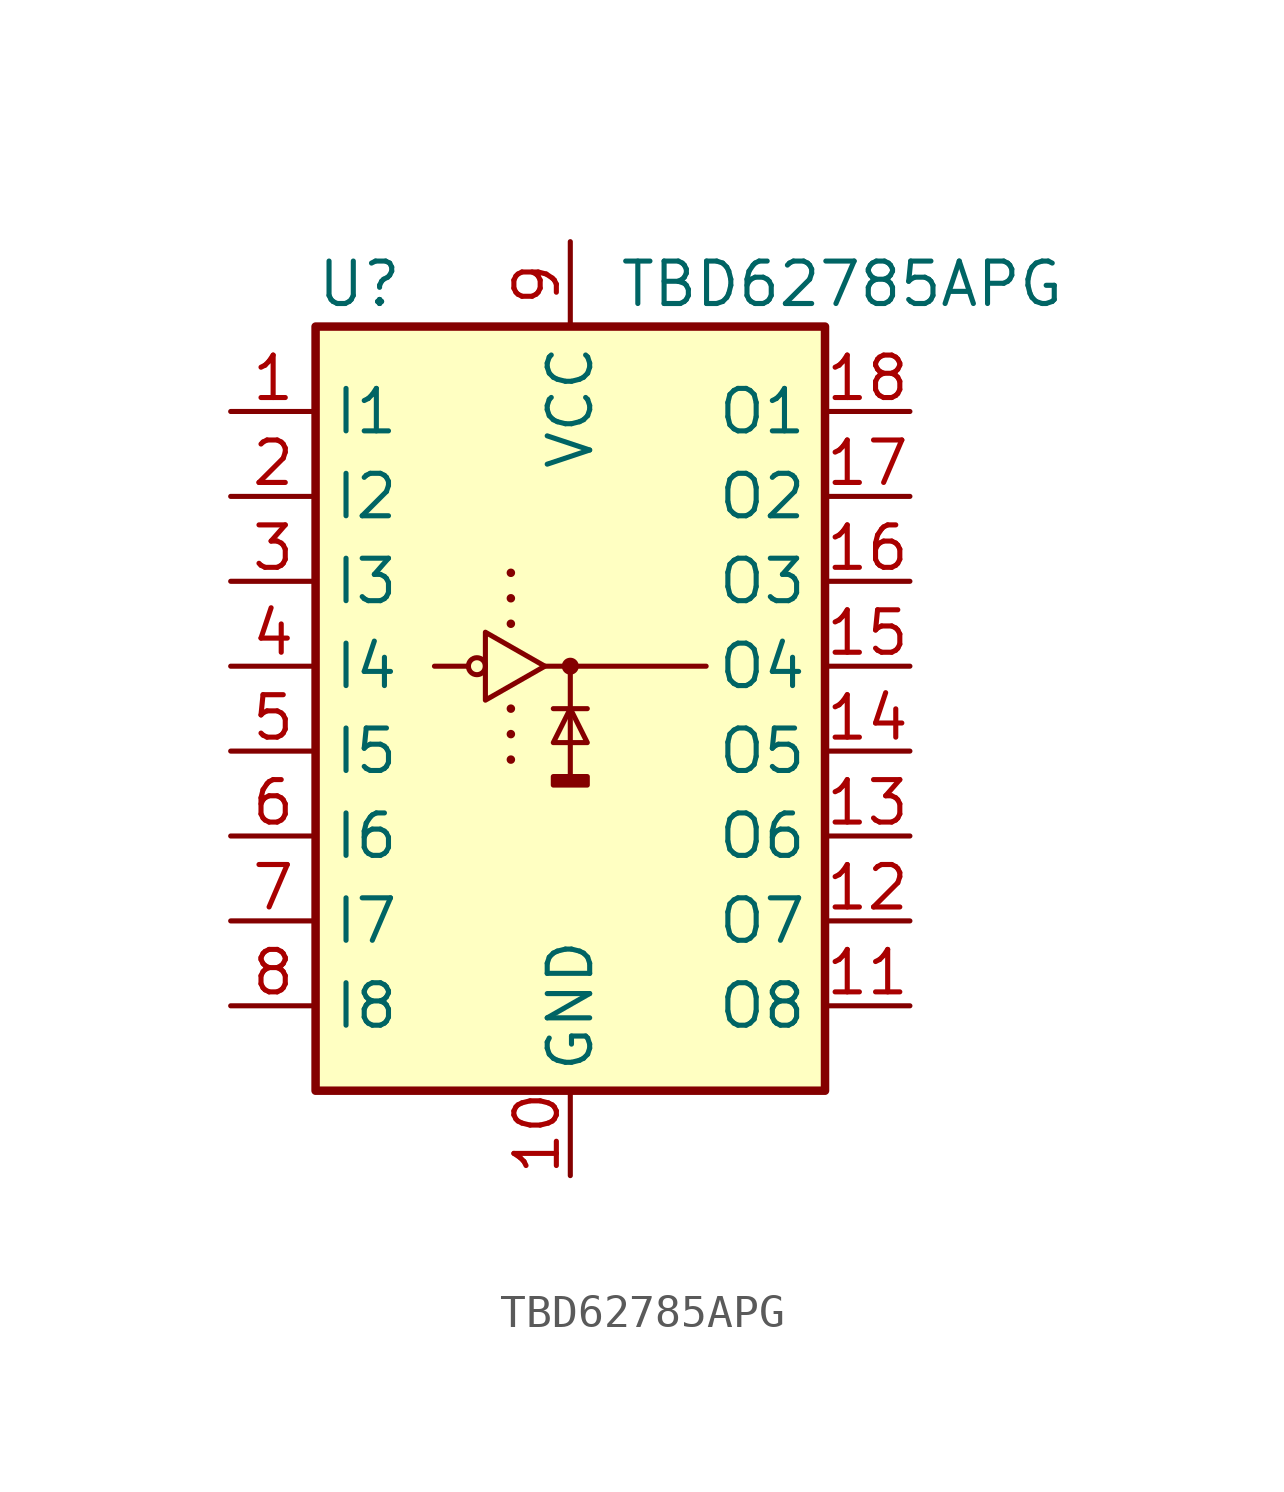
<source format=kicad_sym>
(kicad_symbol_lib
  (version 20241209)
  (generator "kicad_symbol_editor")
  (generator_version "9.0")
  (symbol "TBD62785APG"
    (property "Reference" "U"
      (at -7.62 11.43 0)
      (effects (font (size 1.27 1.27)) (justify left)))
    (property "Value" "TBD62785APG"
      (at 8.128 11.43 0)
      (effects (font (size 1.27 1.27))))
    (symbol "TBD62785APG_0_1"
      (rectangle (start -7.62 10.16) (end 7.62 -12.7) (stroke (width 0.254) (type default)) (fill (type background)))
      (polyline (pts (xy -4.064 0) (xy -3.048 0)) (stroke (width 0) (type default)) (fill (type none)))
      (circle (center -2.794 0) (radius 0.254) (stroke (width 0) (type default)) (fill (type none)))
      (polyline (pts (xy -2.54 0) (xy -2.54 0) (xy -2.54 1.016) (xy -0.762 0) (xy -2.54 -1.016) (xy -2.54 0)) (stroke (width 0) (type default)) (fill (type none)))
      (polyline (pts (xy -1.778 2.794) (xy -1.778 2.794)) (stroke (width 0.254) (type default)) (fill (type none)))
      (polyline (pts (xy -1.778 2.032) (xy -1.778 2.032)) (stroke (width 0.254) (type default)) (fill (type none)))
      (polyline (pts (xy -1.778 1.27) (xy -1.778 1.27)) (stroke (width 0.254) (type default)) (fill (type none)))
      (polyline (pts (xy -1.778 -1.27) (xy -1.778 -1.27)) (stroke (width 0.254) (type default)) (fill (type none)))
      (polyline (pts (xy -1.778 -2.032) (xy -1.778 -2.032)) (stroke (width 0.254) (type default)) (fill (type none)))
      (polyline (pts (xy -1.778 -2.794) (xy -1.778 -2.794)) (stroke (width 0.254) (type default)) (fill (type none)))
      (polyline (pts (xy -0.762 0) (xy 4.064 0)) (stroke (width 0) (type default)) (fill (type none)))
      (polyline (pts (xy -0.508 -1.27) (xy 0.508 -1.27)) (stroke (width 0) (type default)) (fill (type none)))
      (rectangle (start -0.508 -3.302) (end 0.508 -3.556) (stroke (width 0) (type default)) (fill (type outline)))
      (polyline (pts (xy 0 0) (xy 0 0)) (stroke (width 0.508) (type default)) (fill (type none)))
      (polyline (pts (xy 0 0) (xy 0 -3.302)) (stroke (width 0) (type default)) (fill (type none)))
      (polyline (pts (xy 0 -1.27) (xy -0.508 -2.286) (xy 0.508 -2.286) (xy 0 -1.27)) (stroke (width 0) (type default)) (fill (type none))))
    (symbol "TBD62785APG_1_1"
      (pin input line (at -10.16 7.62 0) (length 2.54) (name "I1" (effects (font (size 1.27 1.27)))) (number "1" (effects (font (size 1.27 1.27)))))
      (pin input line (at -10.16 5.08 0) (length 2.54) (name "I2" (effects (font (size 1.27 1.27)))) (number "2" (effects (font (size 1.27 1.27)))))
      (pin input line (at -10.16 2.54 0) (length 2.54) (name "I3" (effects (font (size 1.27 1.27)))) (number "3" (effects (font (size 1.27 1.27)))))
      (pin input line (at -10.16 0 0) (length 2.54) (name "I4" (effects (font (size 1.27 1.27)))) (number "4" (effects (font (size 1.27 1.27)))))
      (pin input line (at -10.16 -2.54 0) (length 2.54) (name "I5" (effects (font (size 1.27 1.27)))) (number "5" (effects (font (size 1.27 1.27)))))
      (pin input line (at -10.16 -5.08 0) (length 2.54) (name "I6" (effects (font (size 1.27 1.27)))) (number "6" (effects (font (size 1.27 1.27)))))
      (pin input line (at -10.16 -7.62 0) (length 2.54) (name "I7" (effects (font (size 1.27 1.27)))) (number "7" (effects (font (size 1.27 1.27)))))
      (pin input line (at -10.16 -10.16 0) (length 2.54) (name "I8" (effects (font (size 1.27 1.27)))) (number "8" (effects (font (size 1.27 1.27)))))
      (pin power_in line (at 0 12.7 270) (length 2.54) (name "VCC" (effects (font (size 1.27 1.27)))) (number "9" (effects (font (size 1.27 1.27)))))
      (pin power_in line (at 0 -15.24 90) (length 2.54) (name "GND" (effects (font (size 1.27 1.27)))) (number "10" (effects (font (size 1.27 1.27)))))
      (pin open_emitter line (at 10.16 7.62 180) (length 2.54) (name "O1" (effects (font (size 1.27 1.27)))) (number "18" (effects (font (size 1.27 1.27)))))
      (pin open_emitter line (at 10.16 5.08 180) (length 2.54) (name "O2" (effects (font (size 1.27 1.27)))) (number "17" (effects (font (size 1.27 1.27)))))
      (pin open_emitter line (at 10.16 2.54 180) (length 2.54) (name "O3" (effects (font (size 1.27 1.27)))) (number "16" (effects (font (size 1.27 1.27)))))
      (pin open_emitter line (at 10.16 0 180) (length 2.54) (name "O4" (effects (font (size 1.27 1.27)))) (number "15" (effects (font (size 1.27 1.27)))))
      (pin open_emitter line (at 10.16 -2.54 180) (length 2.54) (name "O5" (effects (font (size 1.27 1.27)))) (number "14" (effects (font (size 1.27 1.27)))))
      (pin open_emitter line (at 10.16 -5.08 180) (length 2.54) (name "O6" (effects (font (size 1.27 1.27)))) (number "13" (effects (font (size 1.27 1.27)))))
      (pin open_emitter line (at 10.16 -7.62 180) (length 2.54) (name "O7" (effects (font (size 1.27 1.27)))) (number "12" (effects (font (size 1.27 1.27)))))
      (pin open_emitter line (at 10.16 -10.16 180) (length 2.54) (name "O8" (effects (font (size 1.27 1.27)))) (number "11" (effects (font (size 1.27 1.27))))))))
</source>
